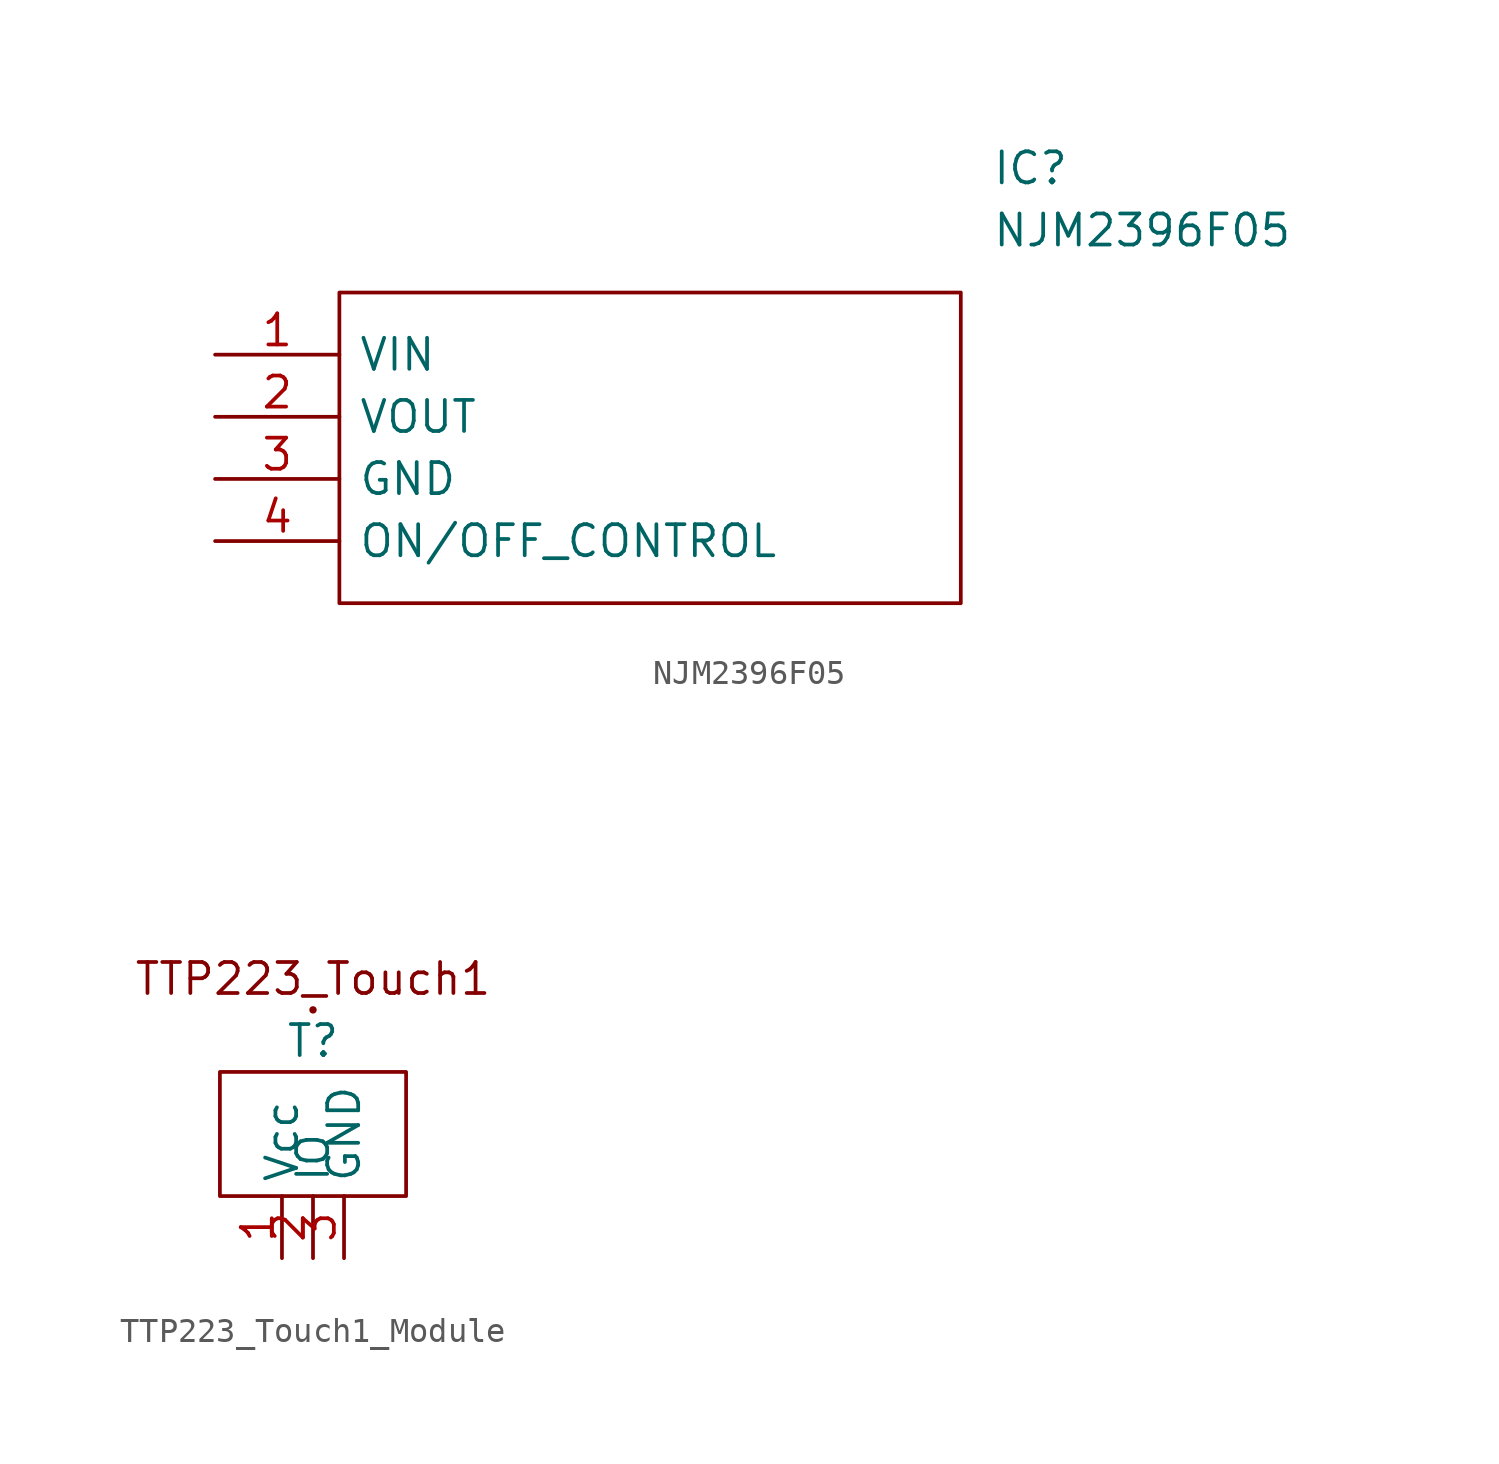
<source format=kicad_sym>
(kicad_symbol_lib
  (version 20220914)
  (generator kicad_symbol_editor)
  (symbol "NJM2396F05"
    (pin_names
      (offset 0.762))
    (property "Reference" "IC"
      (at 31.75 7.62 0)
      (effects (font (size 1.27 1.27)) (justify left)))
    (property "Value" "NJM2396F05"
      (at 31.75 5.08 0)
      (effects (font (size 1.27 1.27)) (justify left)))
    (symbol "NJM2396F05_0_0"
      (pin passive line (at 0 0 0) (length 5.08) (name "VIN" (effects (font (size 1.27 1.27)))) (number "1" (effects (font (size 1.27 1.27)))))
      (pin passive line (at 0 -2.54 0) (length 5.08) (name "VOUT" (effects (font (size 1.27 1.27)))) (number "2" (effects (font (size 1.27 1.27)))))
      (pin passive line (at 0 -5.08 0) (length 5.08) (name "GND" (effects (font (size 1.27 1.27)))) (number "3" (effects (font (size 1.27 1.27)))))
      (pin passive line (at 0 -7.62 0) (length 5.08) (name "ON/OFF_CONTROL" (effects (font (size 1.27 1.27)))) (number "4" (effects (font (size 1.27 1.27))))))
    (symbol "NJM2396F05_0_1"
      (polyline (pts (xy 5.08 2.54) (xy 30.48 2.54) (xy 30.48 -10.16) (xy 5.08 -10.16) (xy 5.08 2.54)) (stroke (width 0.152) (type solid)) (fill (type none)))))
  (symbol "TTP223_Touch1_Module"
    (property "Reference" "T"
      (at -6.35 -7.62 0)
      (effects (font (size 1.27 1.27))))
    (property "Value" ""
      (at 0 0 0)
      (effects (font (size 1.27 1.27))))
    (symbol "TTP223_Touch1_Module_0_0"
      (text_box "" (at -10.16 -8.89 0) (size 7.62 -5.08) (stroke (width 0) (type default)) (fill (type none)) (effects (font (size 1.27 1.27)) (justify left top))))
    (symbol "TTP223_Touch1_Module_0_1"
      (circle (center -6.35 -6.35) (radius 0.0001) (stroke (width 0) (type default)) (fill (type none))))
    (symbol "TTP223_Touch1_Module_1_1"
      (text "TTP223_Touch1\n" (at -6.35 -5.08 0) (effects (font (size 1.27 1.27))))
      (pin passive line (at -7.62 -16.51 90) (length 2.54) (name "Vcc" (effects (font (size 1.27 1.27)))) (number "1" (effects (font (size 1.27 1.27)))))
      (pin output line (at -6.35 -16.51 90) (length 2.54) (name "IO" (effects (font (size 1.27 1.27)))) (number "2" (effects (font (size 1.27 1.27)))))
      (pin passive line (at -5.08 -16.51 90) (length 2.54) (name "GND" (effects (font (size 1.27 1.27)))) (number "3" (effects (font (size 1.27 1.27))))))))
</source>
